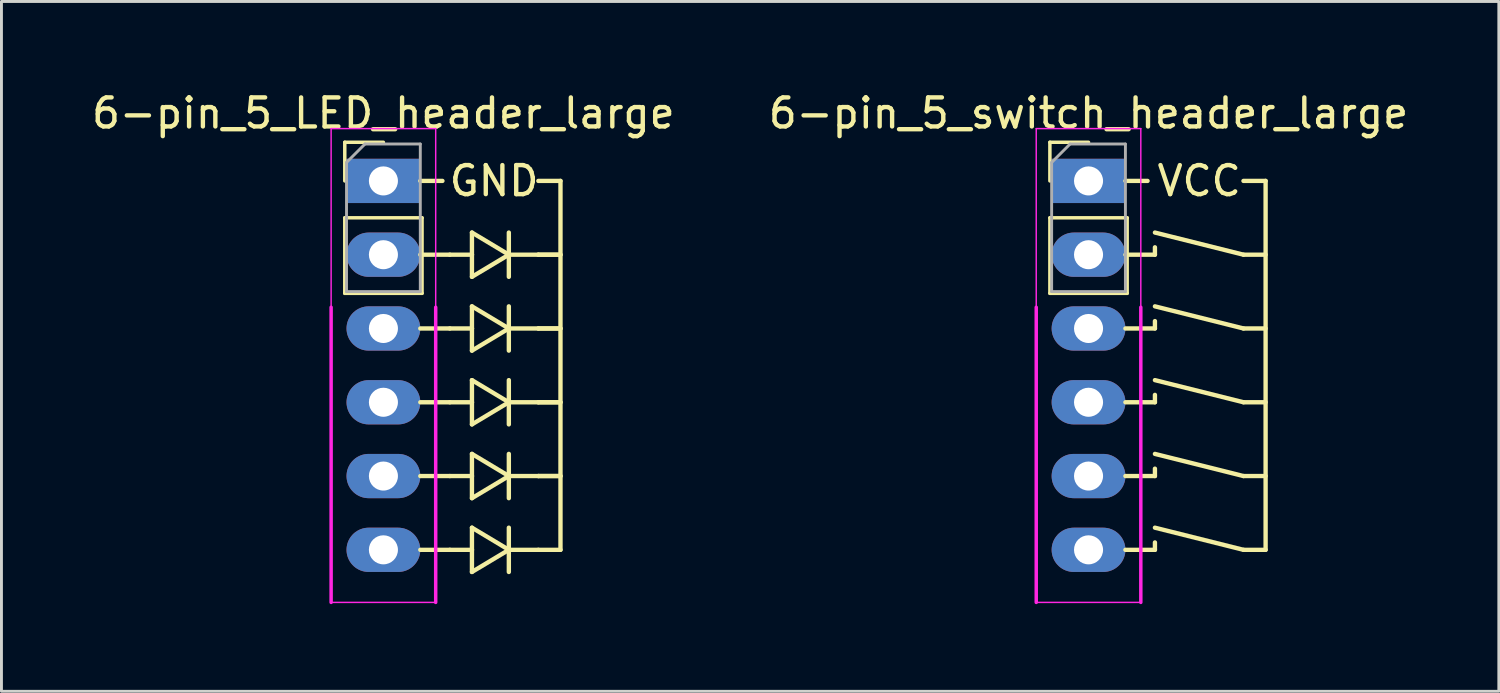
<source format=kicad_pcb>
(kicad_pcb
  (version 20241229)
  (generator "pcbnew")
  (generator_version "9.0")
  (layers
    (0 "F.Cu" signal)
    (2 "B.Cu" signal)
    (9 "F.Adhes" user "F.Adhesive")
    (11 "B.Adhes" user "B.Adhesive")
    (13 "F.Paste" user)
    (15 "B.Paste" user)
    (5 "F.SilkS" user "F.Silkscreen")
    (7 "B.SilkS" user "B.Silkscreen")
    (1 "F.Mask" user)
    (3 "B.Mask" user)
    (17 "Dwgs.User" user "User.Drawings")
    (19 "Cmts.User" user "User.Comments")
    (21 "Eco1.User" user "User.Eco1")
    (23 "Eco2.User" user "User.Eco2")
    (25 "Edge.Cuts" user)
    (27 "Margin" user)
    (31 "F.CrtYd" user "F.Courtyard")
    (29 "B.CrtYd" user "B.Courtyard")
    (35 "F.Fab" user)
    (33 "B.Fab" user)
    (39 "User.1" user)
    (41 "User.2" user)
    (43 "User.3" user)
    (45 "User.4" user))
  (footprint "6-pin_5_switch_header_large"
    (layer "F.Cu")
    (at 34.423 3.178)
    (property "Reference" "6-pin_5_switch_header_large" (at 0 -2.33 0) (layer "F.SilkS") (effects (font (size 1 1) (thickness 0.15))))
    (attr through_hole)
    (fp_line (start -1.33 -1.33) (end 0 -1.33) (stroke (width 0.12) (type solid)) (layer "F.SilkS"))
    (fp_line (start -1.33 0) (end -1.33 -1.33) (stroke (width 0.12) (type solid)) (layer "F.SilkS"))
    (fp_line (start -1.33 1.27) (end -1.33 3.87) (stroke (width 0.12) (type solid)) (layer "F.SilkS"))
    (fp_line (start -1.33 1.27) (end 1.33 1.27) (stroke (width 0.12) (type solid)) (layer "F.SilkS"))
    (fp_line (start -1.33 3.87) (end 1.33 3.87) (stroke (width 0.12) (type solid)) (layer "F.SilkS"))
    (fp_line (start 1.27 0) (end 2.032 0) (stroke (width 0.15) (type solid)) (layer "F.SilkS"))
    (fp_line (start 1.27 2.54) (end 2.286 2.54) (stroke (width 0.15) (type solid)) (layer "F.SilkS"))
    (fp_line (start 1.27 5.08) (end 2.286 5.08) (stroke (width 0.15) (type solid)) (layer "F.SilkS"))
    (fp_line (start 1.27 7.62) (end 2.286 7.62) (stroke (width 0.15) (type solid)) (layer "F.SilkS"))
    (fp_line (start 1.27 10.16) (end 2.286 10.16) (stroke (width 0.15) (type solid)) (layer "F.SilkS"))
    (fp_line (start 1.33 1.27) (end 1.33 3.87) (stroke (width 0.12) (type solid)) (layer "F.SilkS"))
    (fp_line (start 2.286 2.54) (end 2.286 2.286) (stroke (width 0.15) (type solid)) (layer "F.SilkS"))
    (fp_line (start 2.286 5.08) (end 2.286 4.826) (stroke (width 0.15) (type solid)) (layer "F.SilkS"))
    (fp_line (start 2.286 7.62) (end 2.286 7.366) (stroke (width 0.15) (type solid)) (layer "F.SilkS"))
    (fp_line (start 2.286 10.16) (end 2.286 9.906) (stroke (width 0.15) (type solid)) (layer "F.SilkS"))
    (fp_line (start 2.286 12.446) (end 2.286 12.7) (stroke (width 0.15) (type solid)) (layer "F.SilkS"))
    (fp_line (start 2.286 12.7) (end 1.27 12.7) (stroke (width 0.15) (type solid)) (layer "F.SilkS"))
    (fp_line (start 5.334 0) (end 6.096 0) (stroke (width 0.15) (type solid)) (layer "F.SilkS"))
    (fp_line (start 5.334 2.54) (end 2.286 1.778) (stroke (width 0.15) (type solid)) (layer "F.SilkS"))
    (fp_line (start 5.334 5.08) (end 2.286 4.318) (stroke (width 0.15) (type solid)) (layer "F.SilkS"))
    (fp_line (start 5.334 7.62) (end 2.286 6.858) (stroke (width 0.15) (type solid)) (layer "F.SilkS"))
    (fp_line (start 5.334 10.16) (end 2.286 9.398) (stroke (width 0.15) (type solid)) (layer "F.SilkS"))
    (fp_line (start 5.334 12.7) (end 2.286 11.938) (stroke (width 0.15) (type solid)) (layer "F.SilkS"))
    (fp_line (start 6.096 0) (end 6.096 12.7) (stroke (width 0.15) (type solid)) (layer "F.SilkS"))
    (fp_line (start 6.096 2.54) (end 5.334 2.54) (stroke (width 0.15) (type solid)) (layer "F.SilkS"))
    (fp_line (start 6.096 5.08) (end 5.334 5.08) (stroke (width 0.15) (type solid)) (layer "F.SilkS"))
    (fp_line (start 6.096 7.62) (end 5.334 7.62) (stroke (width 0.15) (type solid)) (layer "F.SilkS"))
    (fp_line (start 6.096 10.16) (end 5.334 10.16) (stroke (width 0.15) (type solid)) (layer "F.SilkS"))
    (fp_line (start 6.096 12.7) (end 5.334 12.7) (stroke (width 0.15) (type solid)) (layer "F.SilkS"))
    (fp_line (start -1.8 -1.8) (end -1.8 4.35) (stroke (width 0.05) (type solid)) (layer "F.CrtYd"))
    (fp_line (start -1.8 4.35) (end -1.8 14.51) (stroke (width 0.12) (type solid)) (layer "F.CrtYd"))
    (fp_line (start -1.8 14.51) (end 1.8 14.51) (stroke (width 0.05) (type solid)) (layer "F.CrtYd"))
    (fp_line (start 1.8 -1.8) (end -1.8 -1.8) (stroke (width 0.05) (type solid)) (layer "F.CrtYd"))
    (fp_line (start 1.8 4.35) (end 1.8 -1.8) (stroke (width 0.05) (type solid)) (layer "F.CrtYd"))
    (fp_line (start 1.8 14.51) (end 1.8 4.35) (stroke (width 0.12) (type solid)) (layer "F.CrtYd"))
    (fp_line (start -1.27 -0.635) (end -0.635 -1.27) (stroke (width 0.1) (type solid)) (layer "F.Fab"))
    (fp_line (start -1.27 3.81) (end -1.27 -0.635) (stroke (width 0.1) (type solid)) (layer "F.Fab"))
    (fp_line (start -0.635 -1.27) (end 1.27 -1.27) (stroke (width 0.1) (type solid)) (layer "F.Fab"))
    (fp_line (start 1.27 -1.27) (end 1.27 3.81) (stroke (width 0.1) (type solid)) (layer "F.Fab"))
    (fp_line (start 1.27 3.81) (end -1.27 3.81) (stroke (width 0.1) (type solid)) (layer "F.Fab"))
    (fp_text user "VCC" (at 3.81 0 0) (layer "F.SilkS") (effects (font (size 1 1) (thickness 0.15))))
    (pad "1" thru_hole rect (at 0 0) (size 2.54 1.524) (drill 1) (layers "*.Cu" "*.Mask"))
    (pad "2" thru_hole oval (at 0 2.54) (size 2.54 1.524) (drill 1) (layers "*.Cu" "*.Mask"))
    (pad "3" thru_hole oval (at 0 5.08) (size 2.54 1.524) (drill 1) (layers "*.Cu" "*.Mask"))
    (pad "4" thru_hole oval (at 0 7.62) (size 2.54 1.524) (drill 1) (layers "*.Cu" "*.Mask"))
    (pad "5" thru_hole oval (at 0 10.16) (size 2.54 1.524) (drill 1) (layers "*.Cu" "*.Mask"))
    (pad "6" thru_hole oval (at 0 12.7) (size 2.54 1.524) (drill 1) (layers "*.Cu" "*.Mask")))
  (footprint "6-pin_5_LED_header_large"
    (layer "F.Cu")
    (at 10.149 3.178)
    (property "Reference" "6-pin_5_LED_header_large" (at 0 -2.33 0) (layer "F.SilkS") (effects (font (size 1 1) (thickness 0.15))))
    (attr through_hole)
    (fp_line (start -1.33 -1.33) (end 0 -1.33) (stroke (width 0.12) (type solid)) (layer "F.SilkS"))
    (fp_line (start -1.33 0) (end -1.33 -1.33) (stroke (width 0.12) (type solid)) (layer "F.SilkS"))
    (fp_line (start -1.33 1.27) (end -1.33 3.87) (stroke (width 0.12) (type solid)) (layer "F.SilkS"))
    (fp_line (start -1.33 1.27) (end 1.33 1.27) (stroke (width 0.12) (type solid)) (layer "F.SilkS"))
    (fp_line (start -1.33 3.87) (end 1.33 3.87) (stroke (width 0.12) (type solid)) (layer "F.SilkS"))
    (fp_line (start 1.27 0) (end 2.032 0) (stroke (width 0.15) (type solid)) (layer "F.SilkS"))
    (fp_line (start 1.27 2.54) (end 2.286 2.54) (stroke (width 0.15) (type solid)) (layer "F.SilkS"))
    (fp_line (start 1.27 5.08) (end 2.286 5.08) (stroke (width 0.15) (type solid)) (layer "F.SilkS"))
    (fp_line (start 1.27 7.62) (end 2.286 7.62) (stroke (width 0.15) (type solid)) (layer "F.SilkS"))
    (fp_line (start 1.27 10.16) (end 2.286 10.16) (stroke (width 0.15) (type solid)) (layer "F.SilkS"))
    (fp_line (start 1.33 1.27) (end 1.33 3.87) (stroke (width 0.12) (type solid)) (layer "F.SilkS"))
    (fp_line (start 2.286 12.7) (end 1.27 12.7) (stroke (width 0.15) (type solid)) (layer "F.SilkS"))
    (fp_line (start 3.048 1.778) (end 4.318 2.54) (stroke (width 0.15) (type solid)) (layer "F.SilkS"))
    (fp_line (start 3.048 2.54) (end 2.286 2.54) (stroke (width 0.15) (type solid)) (layer "F.SilkS"))
    (fp_line (start 3.048 2.54) (end 3.048 1.778) (stroke (width 0.15) (type solid)) (layer "F.SilkS"))
    (fp_line (start 3.048 3.302) (end 3.048 2.54) (stroke (width 0.15) (type solid)) (layer "F.SilkS"))
    (fp_line (start 3.048 4.318) (end 4.318 5.08) (stroke (width 0.15) (type solid)) (layer "F.SilkS"))
    (fp_line (start 3.048 5.08) (end 2.286 5.08) (stroke (width 0.15) (type solid)) (layer "F.SilkS"))
    (fp_line (start 3.048 5.08) (end 3.048 4.318) (stroke (width 0.15) (type solid)) (layer "F.SilkS"))
    (fp_line (start 3.048 5.842) (end 3.048 5.08) (stroke (width 0.15) (type solid)) (layer "F.SilkS"))
    (fp_line (start 3.048 6.858) (end 4.318 7.62) (stroke (width 0.15) (type solid)) (layer "F.SilkS"))
    (fp_line (start 3.048 7.62) (end 2.286 7.62) (stroke (width 0.15) (type solid)) (layer "F.SilkS"))
    (fp_line (start 3.048 7.62) (end 3.048 6.858) (stroke (width 0.15) (type solid)) (layer "F.SilkS"))
    (fp_line (start 3.048 8.382) (end 3.048 7.62) (stroke (width 0.15) (type solid)) (layer "F.SilkS"))
    (fp_line (start 3.048 9.398) (end 4.318 10.16) (stroke (width 0.15) (type solid)) (layer "F.SilkS"))
    (fp_line (start 3.048 10.16) (end 2.286 10.16) (stroke (width 0.15) (type solid)) (layer "F.SilkS"))
    (fp_line (start 3.048 10.16) (end 3.048 9.398) (stroke (width 0.15) (type solid)) (layer "F.SilkS"))
    (fp_line (start 3.048 10.922) (end 3.048 10.16) (stroke (width 0.15) (type solid)) (layer "F.SilkS"))
    (fp_line (start 3.048 11.938) (end 4.318 12.7) (stroke (width 0.15) (type solid)) (layer "F.SilkS"))
    (fp_line (start 3.048 12.7) (end 2.286 12.7) (stroke (width 0.15) (type solid)) (layer "F.SilkS"))
    (fp_line (start 3.048 12.7) (end 3.048 11.938) (stroke (width 0.15) (type solid)) (layer "F.SilkS"))
    (fp_line (start 3.048 13.462) (end 3.048 12.7) (stroke (width 0.15) (type solid)) (layer "F.SilkS"))
    (fp_line (start 4.318 1.778) (end 4.318 3.302) (stroke (width 0.15) (type solid)) (layer "F.SilkS"))
    (fp_line (start 4.318 2.54) (end 3.048 3.302) (stroke (width 0.15) (type solid)) (layer "F.SilkS"))
    (fp_line (start 4.318 2.54) (end 5.334 2.54) (stroke (width 0.15) (type solid)) (layer "F.SilkS"))
    (fp_line (start 4.318 4.318) (end 4.318 5.842) (stroke (width 0.15) (type solid)) (layer "F.SilkS"))
    (fp_line (start 4.318 5.08) (end 3.048 5.842) (stroke (width 0.15) (type solid)) (layer "F.SilkS"))
    (fp_line (start 4.318 5.08) (end 5.334 5.08) (stroke (width 0.15) (type solid)) (layer "F.SilkS"))
    (fp_line (start 4.318 6.858) (end 4.318 8.382) (stroke (width 0.15) (type solid)) (layer "F.SilkS"))
    (fp_line (start 4.318 7.62) (end 3.048 8.382) (stroke (width 0.15) (type solid)) (layer "F.SilkS"))
    (fp_line (start 4.318 7.62) (end 5.334 7.62) (stroke (width 0.15) (type solid)) (layer "F.SilkS"))
    (fp_line (start 4.318 9.398) (end 4.318 10.922) (stroke (width 0.15) (type solid)) (layer "F.SilkS"))
    (fp_line (start 4.318 10.16) (end 3.048 10.922) (stroke (width 0.15) (type solid)) (layer "F.SilkS"))
    (fp_line (start 4.318 10.16) (end 5.334 10.16) (stroke (width 0.15) (type solid)) (layer "F.SilkS"))
    (fp_line (start 4.318 11.938) (end 4.318 13.462) (stroke (width 0.15) (type solid)) (layer "F.SilkS"))
    (fp_line (start 4.318 12.7) (end 3.048 13.462) (stroke (width 0.15) (type solid)) (layer "F.SilkS"))
    (fp_line (start 4.318 12.7) (end 5.334 12.7) (stroke (width 0.15) (type solid)) (layer "F.SilkS"))
    (fp_line (start 5.334 0) (end 6.096 0) (stroke (width 0.15) (type solid)) (layer "F.SilkS"))
    (fp_line (start 6.096 0) (end 6.096 12.7) (stroke (width 0.15) (type solid)) (layer "F.SilkS"))
    (fp_line (start 6.096 2.54) (end 5.334 2.54) (stroke (width 0.15) (type solid)) (layer "F.SilkS"))
    (fp_line (start 6.096 2.54) (end 5.334 2.54) (stroke (width 0.15) (type solid)) (layer "F.SilkS"))
    (fp_line (start 6.096 5.08) (end 5.334 5.08) (stroke (width 0.15) (type solid)) (layer "F.SilkS"))
    (fp_line (start 6.096 5.08) (end 5.334 5.08) (stroke (width 0.15) (type solid)) (layer "F.SilkS"))
    (fp_line (start 6.096 7.62) (end 5.334 7.62) (stroke (width 0.15) (type solid)) (layer "F.SilkS"))
    (fp_line (start 6.096 7.62) (end 5.334 7.62) (stroke (width 0.15) (type solid)) (layer "F.SilkS"))
    (fp_line (start 6.096 10.16) (end 5.334 10.16) (stroke (width 0.15) (type solid)) (layer "F.SilkS"))
    (fp_line (start 6.096 10.16) (end 5.334 10.16) (stroke (width 0.15) (type solid)) (layer "F.SilkS"))
    (fp_line (start 6.096 12.7) (end 5.334 12.7) (stroke (width 0.15) (type solid)) (layer "F.SilkS"))
    (fp_line (start -1.8 -1.8) (end -1.8 4.35) (stroke (width 0.05) (type solid)) (layer "F.CrtYd"))
    (fp_line (start -1.8 4.35) (end -1.8 14.51) (stroke (width 0.12) (type solid)) (layer "F.CrtYd"))
    (fp_line (start -1.8 14.51) (end 1.8 14.51) (stroke (width 0.05) (type solid)) (layer "F.CrtYd"))
    (fp_line (start 1.8 -1.8) (end -1.8 -1.8) (stroke (width 0.05) (type solid)) (layer "F.CrtYd"))
    (fp_line (start 1.8 4.35) (end 1.8 -1.8) (stroke (width 0.05) (type solid)) (layer "F.CrtYd"))
    (fp_line (start 1.8 14.51) (end 1.8 4.35) (stroke (width 0.12) (type solid)) (layer "F.CrtYd"))
    (fp_line (start -1.27 -0.635) (end -0.635 -1.27) (stroke (width 0.1) (type solid)) (layer "F.Fab"))
    (fp_line (start -1.27 3.81) (end -1.27 -0.635) (stroke (width 0.1) (type solid)) (layer "F.Fab"))
    (fp_line (start -0.635 -1.27) (end 1.27 -1.27) (stroke (width 0.1) (type solid)) (layer "F.Fab"))
    (fp_line (start 1.27 -1.27) (end 1.27 3.81) (stroke (width 0.1) (type solid)) (layer "F.Fab"))
    (fp_line (start 1.27 3.81) (end -1.27 3.81) (stroke (width 0.1) (type solid)) (layer "F.Fab"))
    (fp_text user "GND" (at 3.81 0 0) (layer "F.SilkS") (effects (font (size 1 1) (thickness 0.15))))
    (pad "1" thru_hole rect (at 0 0) (size 2.54 1.524) (drill 1) (layers "*.Cu" "*.Mask"))
    (pad "2" thru_hole oval (at 0 2.54) (size 2.54 1.524) (drill 1) (layers "*.Cu" "*.Mask"))
    (pad "3" thru_hole oval (at 0 5.08) (size 2.54 1.524) (drill 1) (layers "*.Cu" "*.Mask"))
    (pad "4" thru_hole oval (at 0 7.62) (size 2.54 1.524) (drill 1) (layers "*.Cu" "*.Mask"))
    (pad "5" thru_hole oval (at 0 10.16) (size 2.54 1.524) (drill 1) (layers "*.Cu" "*.Mask"))
    (pad "6" thru_hole oval (at 0 12.7) (size 2.54 1.524) (drill 1) (layers "*.Cu" "*.Mask")))
  (gr_rect
    (start -3 -3)
    (end 48.548 20.748)
    (stroke (width 0.1) (type default))
    (fill no)
    (layer "Edge.Cuts")))
</source>
